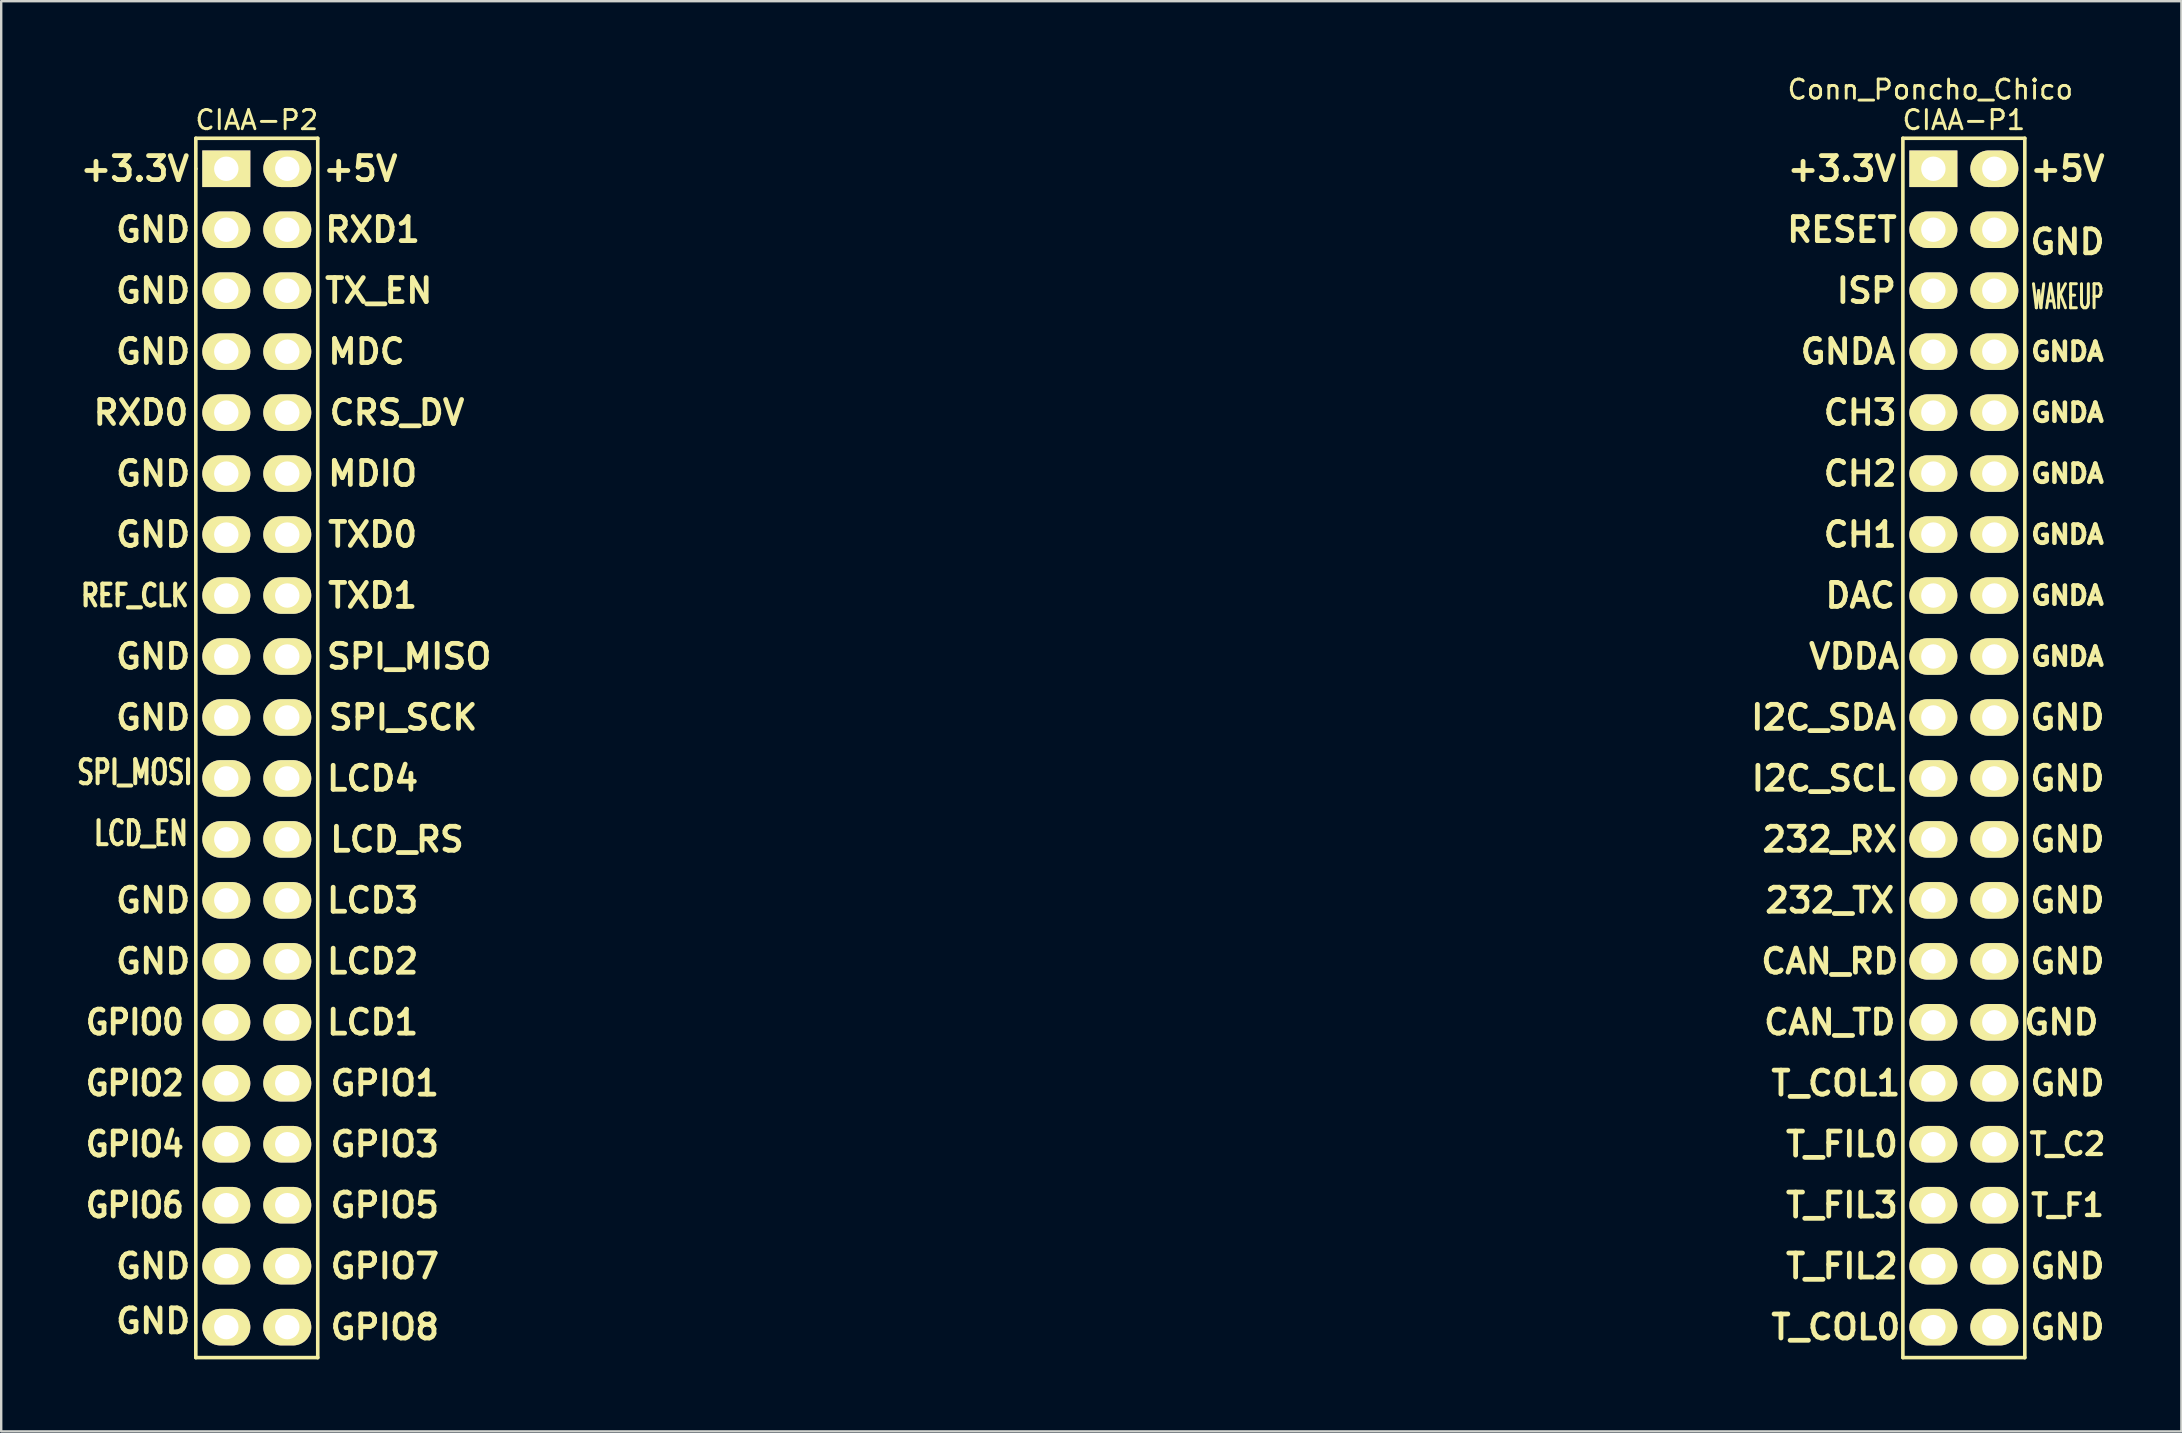
<source format=kicad_pcb>
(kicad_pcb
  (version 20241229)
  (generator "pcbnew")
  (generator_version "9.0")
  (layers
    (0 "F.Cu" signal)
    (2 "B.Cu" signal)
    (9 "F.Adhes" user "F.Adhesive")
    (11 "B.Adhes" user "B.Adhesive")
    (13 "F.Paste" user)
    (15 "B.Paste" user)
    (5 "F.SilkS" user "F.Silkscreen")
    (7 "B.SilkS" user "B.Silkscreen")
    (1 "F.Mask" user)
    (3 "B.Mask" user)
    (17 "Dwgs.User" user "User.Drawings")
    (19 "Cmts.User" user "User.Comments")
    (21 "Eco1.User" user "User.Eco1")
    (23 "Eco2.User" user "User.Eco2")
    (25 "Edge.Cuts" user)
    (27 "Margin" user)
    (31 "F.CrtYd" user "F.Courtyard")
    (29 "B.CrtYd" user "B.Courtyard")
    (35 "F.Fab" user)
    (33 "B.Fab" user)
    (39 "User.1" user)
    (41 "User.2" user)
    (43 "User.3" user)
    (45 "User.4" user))
  (footprint "Conn_Poncho_Chico"
    (layer "F.Cu")
    (at 77.498 3.981)
    (property "Reference" "Conn_Poncho_Chico" (at -0.127 -3.302 0) (layer "F.SilkS") (effects (font (size 0.8 0.8) (thickness 0.12))))
    (attr through_hole)
    (fp_line (start -72.39 -1.27) (end -67.31 -1.27) (stroke (width 0.15) (type solid)) (layer "F.SilkS"))
    (fp_line (start -72.39 0) (end -72.39 -1.27) (stroke (width 0.15) (type solid)) (layer "F.SilkS"))
    (fp_line (start -72.39 49.53) (end -72.39 0) (stroke (width 0.15) (type solid)) (layer "F.SilkS"))
    (fp_line (start -67.31 -1.27) (end -67.31 49.53) (stroke (width 0.15) (type solid)) (layer "F.SilkS"))
    (fp_line (start -67.31 49.53) (end -72.39 49.53) (stroke (width 0.15) (type solid)) (layer "F.SilkS"))
    (fp_line (start -1.27 49.53) (end -1.27 -1.27) (stroke (width 0.15) (type solid)) (layer "F.SilkS"))
    (fp_line (start 3.81 -1.27) (end -1.27 -1.27) (stroke (width 0.15) (type solid)) (layer "F.SilkS"))
    (fp_line (start 3.81 49.53) (end -1.27 49.53) (stroke (width 0.15) (type solid)) (layer "F.SilkS"))
    (fp_line (start 3.81 49.53) (end 3.81 -1.27) (stroke (width 0.15) (type solid)) (layer "F.SilkS"))
    (fp_text user "LCD1" (at -65.024 35.56 0) (layer "F.SilkS") (effects (font (size 1 1) (thickness 0.2))))
    (fp_text user "GND" (at -74.168 7.62 0) (layer "F.SilkS") (effects (font (size 1 1) (thickness 0.2))))
    (fp_text user "GPIO7" (at -64.516 45.72 0) (layer "F.SilkS") (effects (font (size 1 1) (thickness 0.2))))
    (fp_text user "GND" (at -74.168 45.72 0) (layer "F.SilkS") (effects (font (size 1 1) (thickness 0.2))))
    (fp_text user "232_TX" (at -4.318 30.48 0) (layer "F.SilkS") (effects (font (size 1 1) (thickness 0.2))))
    (fp_text user "GND" (at 5.588 45.72 0) (layer "F.SilkS") (effects (font (size 1 1) (thickness 0.2))))
    (fp_text user "TXD0" (at -65.024 15.24 0) (layer "F.SilkS") (effects (font (size 1 1) (thickness 0.2))))
    (fp_text user "GPIO8" (at -64.516 48.26 0) (layer "F.SilkS") (effects (font (size 1 1) (thickness 0.2))))
    (fp_text user "+5V" (at -65.532 0 0) (layer "F.SilkS") (effects (font (size 1 1) (thickness 0.2))))
    (fp_text user "GPIO0" (at -74.93 35.56 0) (layer "F.SilkS") (effects (font (size 1 0.9) (thickness 0.2))))
    (fp_text user "GND" (at 5.588 27.94 0) (layer "F.SilkS") (effects (font (size 1 1) (thickness 0.2))))
    (fp_text user "I2C_SDA" (at -4.572 22.86 0) (layer "F.SilkS") (effects (font (size 1 1) (thickness 0.2))))
    (fp_text user "GPIO3" (at -64.516 40.64 0) (layer "F.SilkS") (effects (font (size 1 1) (thickness 0.2))))
    (fp_text user "TXD1" (at -65.024 17.78 0) (layer "F.SilkS") (effects (font (size 1 1) (thickness 0.2))))
    (fp_text user "MDIO" (at -65.024 12.7 0) (layer "F.SilkS") (effects (font (size 1 1) (thickness 0.2))))
    (fp_text user "GND" (at 5.588 3.048 0) (layer "F.SilkS") (effects (font (size 1 1) (thickness 0.2))))
    (fp_text user "GPIO6" (at -74.93 43.18 0) (layer "F.SilkS") (effects (font (size 1 0.9) (thickness 0.2))))
    (fp_text user "GND" (at -74.168 48.006 0) (layer "F.SilkS") (effects (font (size 1 1) (thickness 0.2))))
    (fp_text user "REF_CLK" (at -74.93 17.78 0) (layer "F.SilkS") (effects (font (size 0.9 0.7) (thickness 0.175))))
    (fp_text user "GND" (at -74.168 30.48 0) (layer "F.SilkS") (effects (font (size 1 1) (thickness 0.2))))
    (fp_text user "LCD4" (at -65.024 25.4 0) (layer "F.SilkS") (effects (font (size 1 1) (thickness 0.2))))
    (fp_text user "GNDA" (at 5.588 20.32 0) (layer "F.SilkS") (effects (font (size 0.76 0.76) (thickness 0.19))))
    (fp_text user "WAKEUP" (at 5.588 5.334 0) (layer "F.SilkS") (effects (font (size 1 0.5) (thickness 0.125))))
    (fp_text user "CAN_RD" (at -4.318 33.02 0) (layer "F.SilkS") (effects (font (size 1 1) (thickness 0.2))))
    (fp_text user "GNDA" (at 5.588 7.62 0) (layer "F.SilkS") (effects (font (size 0.76 0.76) (thickness 0.19))))
    (fp_text user "T_FIL2" (at -3.81 45.72 0) (layer "F.SilkS") (effects (font (size 1 1) (thickness 0.2))))
    (fp_text user "GND" (at -74.168 22.86 0) (layer "F.SilkS") (effects (font (size 1 1) (thickness 0.2))))
    (fp_text user "LCD2" (at -65.024 33.02 0) (layer "F.SilkS") (effects (font (size 1 1) (thickness 0.2))))
    (fp_text user "LCD_EN" (at -74.676 27.686 0) (layer "F.SilkS") (effects (font (size 1 0.7) (thickness 0.17))))
    (fp_text user "T_C2" (at 5.588 40.64 0) (layer "F.SilkS") (effects (font (size 0.9 0.9) (thickness 0.18))))
    (fp_text user "T_FIL3" (at -3.81 43.18 0) (layer "F.SilkS") (effects (font (size 1 1) (thickness 0.2))))
    (fp_text user "GND" (at -74.168 2.54 0) (layer "F.SilkS") (effects (font (size 1 1) (thickness 0.2))))
    (fp_text user "GND" (at 5.588 30.48 0) (layer "F.SilkS") (effects (font (size 1 1) (thickness 0.2))))
    (fp_text user "T_COL1" (at -4.064 38.1 0) (layer "F.SilkS") (effects (font (size 1 1) (thickness 0.2))))
    (fp_text user "SPI_SCK" (at -63.754 22.86 0) (layer "F.SilkS") (effects (font (size 1 1) (thickness 0.2))))
    (fp_text user "GND" (at 5.588 48.26 0) (layer "F.SilkS") (effects (font (size 1 1) (thickness 0.2))))
    (fp_text user "T_COL0" (at -4.064 48.26 0) (layer "F.SilkS") (effects (font (size 1 1) (thickness 0.2))))
    (fp_text user "RESET" (at -3.81 2.54 0) (layer "F.SilkS") (effects (font (size 1 1) (thickness 0.2))))
    (fp_text user "GND" (at 5.588 25.4 0) (layer "F.SilkS") (effects (font (size 1 1) (thickness 0.2))))
    (fp_text user "CH3" (at -3.048 10.16 0) (layer "F.SilkS") (effects (font (size 1 1) (thickness 0.2))))
    (fp_text user "T_FIL0" (at -3.81 40.64 0) (layer "F.SilkS") (effects (font (size 1 1) (thickness 0.2))))
    (fp_text user "GND" (at 5.588 33.02 0) (layer "F.SilkS") (effects (font (size 1 1) (thickness 0.2))))
    (fp_text user "CH1" (at -3.048 15.24 0) (layer "F.SilkS") (effects (font (size 1 1) (thickness 0.2))))
    (fp_text user "TX_EN" (at -64.77 5.08 0) (layer "F.SilkS") (effects (font (size 1 1) (thickness 0.2))))
    (fp_text user "GND" (at 5.334 35.56 0) (layer "F.SilkS") (effects (font (size 1 1) (thickness 0.2))))
    (fp_text user "GND" (at -74.168 15.24 0) (layer "F.SilkS") (effects (font (size 1 1) (thickness 0.2))))
    (fp_text user "GND" (at -74.168 33.02 0) (layer "F.SilkS") (effects (font (size 1 1) (thickness 0.2))))
    (fp_text user "VDDA" (at -3.302 20.32 0) (layer "F.SilkS") (effects (font (size 1 1) (thickness 0.2))))
    (fp_text user "CIAA-P2" (at -69.85 -2.032 0) (layer "F.SilkS") (effects (font (size 0.8 0.8) (thickness 0.12))))
    (fp_text user "+5V" (at 5.588 0 0) (layer "F.SilkS") (effects (font (size 1 1) (thickness 0.2))))
    (fp_text user "ISP" (at -2.794 5.08 0) (layer "F.SilkS") (effects (font (size 1 1) (thickness 0.2))))
    (fp_text user "CAN_TD" (at -4.318 35.56 0) (layer "F.SilkS") (effects (font (size 1 1) (thickness 0.2))))
    (fp_text user "GND" (at -74.168 5.08 0) (layer "F.SilkS") (effects (font (size 1 1) (thickness 0.2))))
    (fp_text user "GNDA" (at 5.588 15.24 0) (layer "F.SilkS") (effects (font (size 0.76 0.76) (thickness 0.19))))
    (fp_text user "GNDA" (at -3.556 7.62 0) (layer "F.SilkS") (effects (font (size 1 1) (thickness 0.2))))
    (fp_text user "GNDA" (at 5.588 10.16 0) (layer "F.SilkS") (effects (font (size 0.76 0.76) (thickness 0.19))))
    (fp_text user "CIAA-P1" (at 1.27 -2.032 0) (layer "F.SilkS") (effects (font (size 0.8 0.8) (thickness 0.12))))
    (fp_text user "RXD1" (at -65.024 2.54 0) (layer "F.SilkS") (effects (font (size 1 1) (thickness 0.2))))
    (fp_text user "+3.3V" (at -74.93 0 0) (layer "F.SilkS") (effects (font (size 1 1) (thickness 0.2))))
    (fp_text user "GPIO2" (at -74.93 38.1 0) (layer "F.SilkS") (effects (font (size 1 0.9) (thickness 0.2))))
    (fp_text user "GPIO5" (at -64.516 43.18 0) (layer "F.SilkS") (effects (font (size 1 1) (thickness 0.2))))
    (fp_text user "232_RX" (at -4.318 27.94 0) (layer "F.SilkS") (effects (font (size 1 1) (thickness 0.2))))
    (fp_text user "DAC" (at -3.048 17.78 0) (layer "F.SilkS") (effects (font (size 1 1) (thickness 0.2))))
    (fp_text user "MDC" (at -65.278 7.62 0) (layer "F.SilkS") (effects (font (size 1 1) (thickness 0.2))))
    (fp_text user "GNDA" (at 5.588 17.78 0) (layer "F.SilkS") (effects (font (size 0.76 0.76) (thickness 0.19))))
    (fp_text user "GNDA" (at 5.588 12.7 0) (layer "F.SilkS") (effects (font (size 0.76 0.76) (thickness 0.19))))
    (fp_text user "GPIO1" (at -64.516 38.1 0) (layer "F.SilkS") (effects (font (size 1 1) (thickness 0.2))))
    (fp_text user "GND" (at -74.168 20.32 0) (layer "F.SilkS") (effects (font (size 1 1) (thickness 0.2))))
    (fp_text user "GPIO4" (at -74.93 40.64 0) (layer "F.SilkS") (effects (font (size 1 0.9) (thickness 0.2))))
    (fp_text user "GND" (at 5.588 38.1 0) (layer "F.SilkS") (effects (font (size 1 1) (thickness 0.2))))
    (fp_text user "CRS_DV" (at -64.008 10.16 0) (layer "F.SilkS") (effects (font (size 1 1) (thickness 0.2))))
    (fp_text user "SPI_MISO" (at -63.5 20.32 0) (layer "F.SilkS") (effects (font (size 1 1) (thickness 0.2))))
    (fp_text user "I2C_SCL" (at -4.572 25.4 0) (layer "F.SilkS") (effects (font (size 1 1) (thickness 0.2))))
    (fp_text user "CH2" (at -3.048 12.7 0) (layer "F.SilkS") (effects (font (size 1 1) (thickness 0.2))))
    (fp_text user "LCD_RS" (at -64.008 27.94 0) (layer "F.SilkS") (effects (font (size 1 1) (thickness 0.2))))
    (fp_text user "+3.3V" (at -3.81 0 0) (layer "F.SilkS") (effects (font (size 1 1) (thickness 0.2))))
    (fp_text user "GND" (at 5.588 22.86 0) (layer "F.SilkS") (effects (font (size 1 1) (thickness 0.2))))
    (fp_text user "T_F1" (at 5.588 43.18 0) (layer "F.SilkS") (effects (font (size 0.9 0.9) (thickness 0.18))))
    (fp_text user "GND" (at -74.168 12.7 0) (layer "F.SilkS") (effects (font (size 1 1) (thickness 0.2))))
    (fp_text user "RXD0" (at -74.676 10.16 0) (layer "F.SilkS") (effects (font (size 1 1) (thickness 0.2))))
    (fp_text user "LCD3" (at -65.024 30.48 0) (layer "F.SilkS") (effects (font (size 1 1) (thickness 0.2))))
    (fp_text user "SPI_MOSI" (at -74.93 25.146 0) (layer "F.SilkS") (effects (font (size 1 0.7) (thickness 0.17))))
    (pad "1" thru_hole rect (at 0 0 270) (size 1.524 2) (drill 1.016) (layers "*.Cu" "*.Mask" "F.SilkS"))
    (pad "2" thru_hole oval (at 2.54 0 270) (size 1.524 2) (drill 1.016) (layers "*.Cu" "*.Mask" "F.SilkS"))
    (pad "3" thru_hole oval (at 0 2.54 270) (size 1.524 2) (drill 1.016) (layers "*.Cu" "*.Mask" "F.SilkS"))
    (pad "4" thru_hole oval (at 2.54 2.54 270) (size 1.524 2) (drill 1.016) (layers "*.Cu" "*.Mask" "F.SilkS"))
    (pad "5" thru_hole oval (at 0 5.08 270) (size 1.524 2) (drill 1.016) (layers "*.Cu" "*.Mask" "F.SilkS"))
    (pad "6" thru_hole oval (at 2.54 5.08 270) (size 1.524 2) (drill 1.016) (layers "*.Cu" "*.Mask" "F.SilkS"))
    (pad "7" thru_hole oval (at 0 7.62 270) (size 1.524 2) (drill 1.016) (layers "*.Cu" "*.Mask" "F.SilkS"))
    (pad "8" thru_hole oval (at 2.54 7.62 270) (size 1.524 2) (drill 1.016) (layers "*.Cu" "*.Mask" "F.SilkS"))
    (pad "9" thru_hole oval (at 0 10.16 270) (size 1.524 2) (drill 1.016) (layers "*.Cu" "*.Mask" "F.SilkS"))
    (pad "10" thru_hole oval (at 2.54 10.16 270) (size 1.524 2) (drill 1.016) (layers "*.Cu" "*.Mask" "F.SilkS"))
    (pad "11" thru_hole oval (at 0 12.7 270) (size 1.524 2) (drill 1.016) (layers "*.Cu" "*.Mask" "F.SilkS"))
    (pad "12" thru_hole oval (at 2.54 12.7 270) (size 1.524 2) (drill 1.016) (layers "*.Cu" "*.Mask" "F.SilkS"))
    (pad "13" thru_hole oval (at 0 15.24 270) (size 1.524 2) (drill 1.016) (layers "*.Cu" "*.Mask" "F.SilkS"))
    (pad "14" thru_hole oval (at 2.54 15.24 270) (size 1.524 2) (drill 1.016) (layers "*.Cu" "*.Mask" "F.SilkS"))
    (pad "15" thru_hole oval (at 0 17.78 270) (size 1.524 2) (drill 1.016) (layers "*.Cu" "*.Mask" "F.SilkS"))
    (pad "16" thru_hole oval (at 2.54 17.78 270) (size 1.524 2) (drill 1.016) (layers "*.Cu" "*.Mask" "F.SilkS"))
    (pad "17" thru_hole oval (at 0 20.32 270) (size 1.524 2) (drill 1.016) (layers "*.Cu" "*.Mask" "F.SilkS"))
    (pad "18" thru_hole oval (at 2.54 20.32 270) (size 1.524 2) (drill 1.016) (layers "*.Cu" "*.Mask" "F.SilkS"))
    (pad "19" thru_hole oval (at 0 22.86 270) (size 1.524 2) (drill 1.016) (layers "*.Cu" "*.Mask" "F.SilkS"))
    (pad "20" thru_hole oval (at 2.54 22.86 270) (size 1.524 2) (drill 1.016) (layers "*.Cu" "*.Mask" "F.SilkS"))
    (pad "21" thru_hole oval (at 0 25.4 270) (size 1.524 2) (drill 1.016) (layers "*.Cu" "*.Mask" "F.SilkS"))
    (pad "22" thru_hole oval (at 2.54 25.4 270) (size 1.524 2) (drill 1.016) (layers "*.Cu" "*.Mask" "F.SilkS"))
    (pad "23" thru_hole oval (at 0 27.94 270) (size 1.524 2) (drill 1.016) (layers "*.Cu" "*.Mask" "F.SilkS"))
    (pad "24" thru_hole oval (at 2.54 27.94 270) (size 1.524 2) (drill 1.016) (layers "*.Cu" "*.Mask" "F.SilkS"))
    (pad "25" thru_hole oval (at 0 30.48 270) (size 1.524 2) (drill 1.016) (layers "*.Cu" "*.Mask" "F.SilkS"))
    (pad "26" thru_hole oval (at 2.54 30.48 270) (size 1.524 2) (drill 1.016) (layers "*.Cu" "*.Mask" "F.SilkS"))
    (pad "27" thru_hole oval (at 0 33.02 270) (size 1.524 2) (drill 1.016) (layers "*.Cu" "*.Mask" "F.SilkS"))
    (pad "28" thru_hole oval (at 2.54 33.02 270) (size 1.524 2) (drill 1.016) (layers "*.Cu" "*.Mask" "F.SilkS"))
    (pad "29" thru_hole oval (at 0 35.56 270) (size 1.524 2) (drill 1.016) (layers "*.Cu" "*.Mask" "F.SilkS"))
    (pad "30" thru_hole oval (at 2.54 35.56 270) (size 1.524 2) (drill 1.016) (layers "*.Cu" "*.Mask" "F.SilkS"))
    (pad "31" thru_hole oval (at 0 38.1 270) (size 1.524 2) (drill 1.016) (layers "*.Cu" "*.Mask" "F.SilkS"))
    (pad "32" thru_hole oval (at 2.54 38.1 270) (size 1.524 2) (drill 1.016) (layers "*.Cu" "*.Mask" "F.SilkS"))
    (pad "33" thru_hole oval (at 0 40.64 270) (size 1.524 2) (drill 1.016) (layers "*.Cu" "*.Mask" "F.SilkS"))
    (pad "34" thru_hole oval (at 2.54 40.64 270) (size 1.524 2) (drill 1.016) (layers "*.Cu" "*.Mask" "F.SilkS"))
    (pad "35" thru_hole oval (at 0 43.18 270) (size 1.524 2) (drill 1.016) (layers "*.Cu" "*.Mask" "F.SilkS"))
    (pad "36" thru_hole oval (at 2.54 43.18 270) (size 1.524 2) (drill 1.016) (layers "*.Cu" "*.Mask" "F.SilkS"))
    (pad "37" thru_hole oval (at 0 45.72 270) (size 1.524 2) (drill 1.016) (layers "*.Cu" "*.Mask" "F.SilkS"))
    (pad "38" thru_hole oval (at 2.54 45.72 270) (size 1.524 2) (drill 1.016) (layers "*.Cu" "*.Mask" "F.SilkS"))
    (pad "39" thru_hole oval (at 0 48.26 270) (size 1.524 2) (drill 1.016) (layers "*.Cu" "*.Mask" "F.SilkS"))
    (pad "40" thru_hole oval (at 2.54 48.26 270) (size 1.524 2) (drill 1.016) (layers "*.Cu" "*.Mask" "F.SilkS"))
    (pad "41" thru_hole rect (at -71.12 0 270) (size 1.524 2) (drill 1.016) (layers "*.Cu" "*.Mask" "F.SilkS"))
    (pad "42" thru_hole oval (at -68.58 0 270) (size 1.524 2) (drill 1.016) (layers "*.Cu" "*.Mask" "F.SilkS"))
    (pad "43" thru_hole oval (at -71.12 2.54 270) (size 1.524 2) (drill 1.016) (layers "*.Cu" "*.Mask" "F.SilkS"))
    (pad "44" thru_hole oval (at -68.58 2.54 270) (size 1.524 2) (drill 1.016) (layers "*.Cu" "*.Mask" "F.SilkS"))
    (pad "45" thru_hole oval (at -71.12 5.08 270) (size 1.524 2) (drill 1.016) (layers "*.Cu" "*.Mask" "F.SilkS"))
    (pad "46" thru_hole oval (at -68.58 5.08 270) (size 1.524 2) (drill 1.016) (layers "*.Cu" "*.Mask" "F.SilkS"))
    (pad "47" thru_hole oval (at -71.12 7.62 270) (size 1.524 2) (drill 1.016) (layers "*.Cu" "*.Mask" "F.SilkS"))
    (pad "48" thru_hole oval (at -68.58 7.62 270) (size 1.524 2) (drill 1.016) (layers "*.Cu" "*.Mask" "F.SilkS"))
    (pad "49" thru_hole oval (at -71.12 10.16 270) (size 1.524 2) (drill 1.016) (layers "*.Cu" "*.Mask" "F.SilkS"))
    (pad "50" thru_hole oval (at -68.58 10.16 270) (size 1.524 2) (drill 1.016) (layers "*.Cu" "*.Mask" "F.SilkS"))
    (pad "51" thru_hole oval (at -71.12 12.7 270) (size 1.524 2) (drill 1.016) (layers "*.Cu" "*.Mask" "F.SilkS"))
    (pad "52" thru_hole oval (at -68.58 12.7 270) (size 1.524 2) (drill 1.016) (layers "*.Cu" "*.Mask" "F.SilkS"))
    (pad "53" thru_hole oval (at -71.12 15.24 270) (size 1.524 2) (drill 1.016) (layers "*.Cu" "*.Mask" "F.SilkS"))
    (pad "54" thru_hole oval (at -68.58 15.24 270) (size 1.524 2) (drill 1.016) (layers "*.Cu" "*.Mask" "F.SilkS"))
    (pad "55" thru_hole oval (at -71.12 17.78 270) (size 1.524 2) (drill 1.016) (layers "*.Cu" "*.Mask" "F.SilkS"))
    (pad "56" thru_hole oval (at -68.58 17.78 270) (size 1.524 2) (drill 1.016) (layers "*.Cu" "*.Mask" "F.SilkS"))
    (pad "57" thru_hole oval (at -71.12 20.32 270) (size 1.524 2) (drill 1.016) (layers "*.Cu" "*.Mask" "F.SilkS"))
    (pad "58" thru_hole oval (at -68.58 20.32 270) (size 1.524 2) (drill 1.016) (layers "*.Cu" "*.Mask" "F.SilkS"))
    (pad "59" thru_hole oval (at -71.12 22.86 270) (size 1.524 2) (drill 1.016) (layers "*.Cu" "*.Mask" "F.SilkS"))
    (pad "60" thru_hole oval (at -68.58 22.86 270) (size 1.524 2) (drill 1.016) (layers "*.Cu" "*.Mask" "F.SilkS"))
    (pad "61" thru_hole oval (at -71.12 25.4 270) (size 1.524 2) (drill 1.016) (layers "*.Cu" "*.Mask" "F.SilkS"))
    (pad "62" thru_hole oval (at -68.58 25.4 270) (size 1.524 2) (drill 1.016) (layers "*.Cu" "*.Mask" "F.SilkS"))
    (pad "63" thru_hole oval (at -71.12 27.94 270) (size 1.524 2) (drill 1.016) (layers "*.Cu" "*.Mask" "F.SilkS"))
    (pad "64" thru_hole oval (at -68.58 27.94 270) (size 1.524 2) (drill 1.016) (layers "*.Cu" "*.Mask" "F.SilkS"))
    (pad "65" thru_hole oval (at -71.12 30.48 270) (size 1.524 2) (drill 1.016) (layers "*.Cu" "*.Mask" "F.SilkS"))
    (pad "66" thru_hole oval (at -68.58 30.48 270) (size 1.524 2) (drill 1.016) (layers "*.Cu" "*.Mask" "F.SilkS"))
    (pad "67" thru_hole oval (at -71.12 33.02 270) (size 1.524 2) (drill 1.016) (layers "*.Cu" "*.Mask" "F.SilkS"))
    (pad "68" thru_hole oval (at -68.58 33.02 270) (size 1.524 2) (drill 1.016) (layers "*.Cu" "*.Mask" "F.SilkS"))
    (pad "69" thru_hole oval (at -71.12 35.56 270) (size 1.524 2) (drill 1.016) (layers "*.Cu" "*.Mask" "F.SilkS"))
    (pad "70" thru_hole oval (at -68.58 35.56 270) (size 1.524 2) (drill 1.016) (layers "*.Cu" "*.Mask" "F.SilkS"))
    (pad "71" thru_hole oval (at -71.12 38.1 270) (size 1.524 2) (drill 1.016) (layers "*.Cu" "*.Mask" "F.SilkS"))
    (pad "72" thru_hole oval (at -68.58 38.1 270) (size 1.524 2) (drill 1.016) (layers "*.Cu" "*.Mask" "F.SilkS"))
    (pad "73" thru_hole oval (at -71.12 40.64 270) (size 1.524 2) (drill 1.016) (layers "*.Cu" "*.Mask" "F.SilkS"))
    (pad "74" thru_hole oval (at -68.58 40.64 270) (size 1.524 2) (drill 1.016) (layers "*.Cu" "*.Mask" "F.SilkS"))
    (pad "75" thru_hole oval (at -71.12 43.18 270) (size 1.524 2) (drill 1.016) (layers "*.Cu" "*.Mask" "F.SilkS"))
    (pad "76" thru_hole oval (at -68.58 43.18 270) (size 1.524 2) (drill 1.016) (layers "*.Cu" "*.Mask" "F.SilkS"))
    (pad "77" thru_hole oval (at -71.12 45.72 270) (size 1.524 2) (drill 1.016) (layers "*.Cu" "*.Mask" "F.SilkS"))
    (pad "78" thru_hole oval (at -68.58 45.72 270) (size 1.524 2) (drill 1.016) (layers "*.Cu" "*.Mask" "F.SilkS"))
    (pad "79" thru_hole oval (at -71.12 48.26 270) (size 1.524 2) (drill 1.016) (layers "*.Cu" "*.Mask" "F.SilkS"))
    (pad "80" thru_hole oval (at -68.58 48.26 270) (size 1.524 2) (drill 1.016) (layers "*.Cu" "*.Mask" "F.SilkS")))
  (gr_rect
    (start -3 -3)
    (end 87.831 56.586)
    (stroke (width 0.1) (type default))
    (fill no)
    (layer "Edge.Cuts")))
</source>
